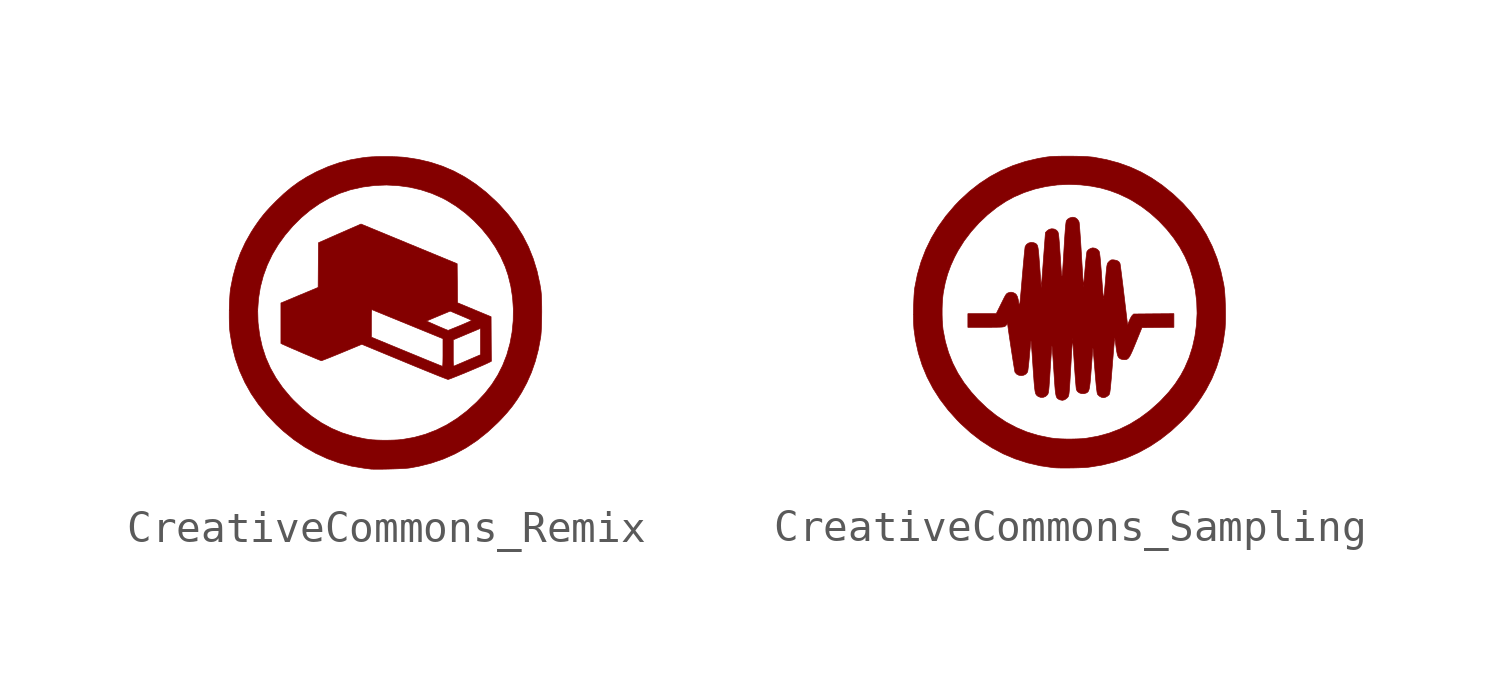
<source format=kicad_sym>
(kicad_symbol_lib
  (version 20211014)
  (generator kicad_symbol_editor)
  (symbol "CreativeCommons_Remix"
    (pin_names
      (offset 1.016))
    (property "Reference" "G"
      (at 0 4.365 0)
      (effects (font (size 1.27 1.27)) hide))
    (symbol "CreativeCommons_Remix_0_0"
      (polyline (pts (xy 2.007 -2.124) (xy 2.047 -2.111) (xy 2.114 -2.086) (xy 2.202 -2.051) (xy 2.308 -2.009) (xy 2.427 -1.961) (xy 2.554 -1.909) (xy 2.685 -1.854) (xy 2.816 -1.799) (xy 2.94 -1.746) (xy 3.055 -1.697) (xy 3.156 -1.653) (xy 3.237 -1.616) (xy 3.296 -1.588) (xy 3.382 -1.545) (xy 3.377 -0.833) (xy 3.373 -0.121) (xy 2.836 0.102) (xy 2.3 0.325) (xy 2.295 0.949) (xy 2.289 1.573) (xy 0.753 2.207) (xy -0.784 2.842) (xy -1.033 2.733) (xy -1.076 2.714) (xy -1.18 2.669) (xy -1.304 2.614) (xy -1.44 2.555) (xy -1.579 2.494) (xy -1.713 2.435) (xy -2.144 2.245) (xy -2.15 1.531) (xy -2.155 0.816) (xy -2.75 0.567) (xy -3.345 0.318) (xy -3.345 -0.33) (xy -0.455 -0.33) (xy -0.455 -0.259) (xy -0.454 -0.131) (xy -0.452 -0.035) (xy -0.449 0.033) (xy -0.445 0.077) (xy -0.439 0.1) (xy -0.432 0.104) (xy -0.426 0.102) (xy -0.391 0.088) (xy -0.327 0.061) (xy -0.235 0.024) (xy -0.12 -0.023) (xy 0.016 -0.079) (xy 0.17 -0.142) (xy 0.34 -0.211) (xy 0.458 -0.259) (xy 1.307 -0.259) (xy 1.567 -0.149) (xy 1.601 -0.135) (xy 1.704 -0.092) (xy 1.802 -0.051) (xy 1.886 -0.016) (xy 1.947 0.009) (xy 2.067 0.059) (xy 2.401 -0.082) (xy 2.419 -0.09) (xy 2.521 -0.133) (xy 2.61 -0.171) (xy 2.681 -0.203) (xy 2.73 -0.225) (xy 2.75 -0.235) (xy 2.748 -0.238) (xy 2.721 -0.254) (xy 2.667 -0.281) (xy 2.59 -0.315) (xy 2.496 -0.356) (xy 2.389 -0.401) (xy 2.337 -0.422) (xy 2.232 -0.465) (xy 2.142 -0.501) (xy 2.07 -0.53) (xy 2.022 -0.55) (xy 2.002 -0.557) (xy 2 -0.557) (xy 1.974 -0.547) (xy 1.92 -0.526) (xy 1.844 -0.494) (xy 1.752 -0.455) (xy 1.649 -0.41) (xy 1.307 -0.259) (xy 0.458 -0.259) (xy 0.522 -0.285) (xy 0.714 -0.364) (xy 1.836 -0.823) (xy 1.836 -0.859) (xy 2.164 -0.859) (xy 2.414 -0.754) (xy 2.424 -0.75) (xy 2.534 -0.703) (xy 2.651 -0.654) (xy 2.76 -0.608) (xy 2.85 -0.571) (xy 3.036 -0.492) (xy 3.036 -1.336) (xy 2.634 -1.509) (xy 2.559 -1.541) (xy 2.45 -1.588) (xy 2.355 -1.628) (xy 2.277 -1.661) (xy 2.223 -1.684) (xy 2.198 -1.695) (xy 2.197 -1.695) (xy 2.187 -1.697) (xy 2.178 -1.693) (xy 2.172 -1.677) (xy 2.168 -1.646) (xy 2.166 -1.595) (xy 2.164 -1.521) (xy 2.164 -1.418) (xy 2.164 -1.284) (xy 2.164 -0.859) (xy 1.836 -0.859) (xy 1.836 -1.266) (xy 1.836 -1.357) (xy 1.835 -1.471) (xy 1.833 -1.567) (xy 1.83 -1.643) (xy 1.826 -1.691) (xy 1.823 -1.709) (xy 1.817 -1.707) (xy 1.782 -1.693) (xy 1.717 -1.667) (xy 1.626 -1.63) (xy 1.511 -1.583) (xy 1.375 -1.528) (xy 1.221 -1.465) (xy 1.052 -1.395) (xy 0.869 -1.32) (xy 0.677 -1.241) (xy -0.455 -0.774) (xy -0.455 -0.33) (xy -3.345 -0.33) (xy -3.345 -0.975) (xy -3.286 -1.003) (xy -3.271 -1.01) (xy -3.204 -1.04) (xy -3.117 -1.079) (xy -3.012 -1.125) (xy -2.896 -1.175) (xy -2.772 -1.228) (xy -2.645 -1.283) (xy -2.519 -1.336) (xy -2.4 -1.386) (xy -2.291 -1.432) (xy -2.197 -1.471) (xy -2.123 -1.501) (xy -2.073 -1.52) (xy -2.052 -1.527) (xy -2.051 -1.527) (xy -2.026 -1.519) (xy -1.97 -1.498) (xy -1.89 -1.467) (xy -1.788 -1.427) (xy -1.668 -1.378) (xy -1.535 -1.324) (xy -1.391 -1.265) (xy -0.758 -1.002) (xy 0.598 -1.563) (xy 0.685 -1.599) (xy 0.893 -1.685) (xy 1.091 -1.766) (xy 1.276 -1.842) (xy 1.446 -1.911) (xy 1.598 -1.972) (xy 1.73 -2.025) (xy 1.838 -2.067) (xy 1.921 -2.099) (xy 1.975 -2.119) (xy 1.998 -2.126) (xy 2.007 -2.124)) (stroke (width 0.01) (type default) (color 0 0 0 0)) (fill (type outline)))
      (polyline (pts (xy -0.173 -4.996) (xy -0.043 -4.994) (xy 0.096 -4.991) (xy 0.236 -4.987) (xy 0.373 -4.982) (xy 0.499 -4.976) (xy 0.61 -4.97) (xy 0.699 -4.964) (xy 0.76 -4.957) (xy 1.062 -4.902) (xy 1.468 -4.799) (xy 1.856 -4.666) (xy 2.228 -4.5) (xy 2.586 -4.303) (xy 2.93 -4.073) (xy 3.262 -3.808) (xy 3.583 -3.51) (xy 3.7 -3.39) (xy 3.89 -3.182) (xy 4.057 -2.977) (xy 4.207 -2.766) (xy 4.348 -2.543) (xy 4.513 -2.238) (xy 4.662 -1.903) (xy 4.785 -1.551) (xy 4.883 -1.179) (xy 4.958 -0.782) (xy 4.967 -0.708) (xy 4.976 -0.593) (xy 4.983 -0.454) (xy 4.988 -0.297) (xy 4.991 -0.13) (xy 4.993 0.04) (xy 4.992 0.208) (xy 4.989 0.367) (xy 4.984 0.509) (xy 4.977 0.628) (xy 4.967 0.718) (xy 4.934 0.923) (xy 4.843 1.338) (xy 4.721 1.734) (xy 4.57 2.11) (xy 4.387 2.468) (xy 4.173 2.81) (xy 3.927 3.137) (xy 3.648 3.45) (xy 3.536 3.563) (xy 3.217 3.856) (xy 2.889 4.113) (xy 2.549 4.337) (xy 2.197 4.528) (xy 1.831 4.686) (xy 1.449 4.812) (xy 1.052 4.907) (xy 0.636 4.972) (xy 0.519 4.982) (xy 0.372 4.991) (xy 0.207 4.996) (xy 0.034 4.999) (xy -0.138 4.999) (xy -0.301 4.996) (xy -0.446 4.99) (xy -0.564 4.981) (xy -0.75 4.959) (xy -1.123 4.894) (xy -1.479 4.802) (xy -1.827 4.681) (xy -2.173 4.529) (xy -2.238 4.497) (xy -2.514 4.349) (xy -2.771 4.188) (xy -3.016 4.009) (xy -3.257 3.806) (xy -3.501 3.574) (xy -3.57 3.504) (xy -3.7 3.37) (xy -3.812 3.248) (xy -3.911 3.131) (xy -4.005 3.01) (xy -4.099 2.88) (xy -4.201 2.731) (xy -4.293 2.588) (xy -4.482 2.254) (xy -4.641 1.91) (xy -4.772 1.551) (xy -4.876 1.173) (xy -4.956 0.771) (xy -4.961 0.735) (xy -4.972 0.627) (xy -4.981 0.494) (xy -4.989 0.342) (xy -4.994 0.179) (xy -4.996 0.087) (xy -4.088 0.087) (xy -4.062 0.459) (xy -4.003 0.827) (xy -3.909 1.185) (xy -3.781 1.534) (xy -3.621 1.869) (xy -3.429 2.189) (xy -3.215 2.484) (xy -2.964 2.779) (xy -2.695 3.047) (xy -2.408 3.287) (xy -2.107 3.497) (xy -1.793 3.676) (xy -1.468 3.822) (xy -1.135 3.934) (xy -1.09 3.946) (xy -0.722 4.027) (xy -0.348 4.075) (xy 0.027 4.09) (xy 0.4 4.071) (xy 0.768 4.021) (xy 1.128 3.938) (xy 1.476 3.824) (xy 1.809 3.677) (xy 1.956 3.6) (xy 2.26 3.412) (xy 2.55 3.195) (xy 2.823 2.952) (xy 3.077 2.687) (xy 3.307 2.404) (xy 3.51 2.106) (xy 3.684 1.797) (xy 3.826 1.479) (xy 3.919 1.205) (xy 4.005 0.855) (xy 4.061 0.494) (xy 4.086 0.125) (xy 4.081 -0.246) (xy 4.045 -0.615) (xy 3.978 -0.977) (xy 3.88 -1.327) (xy 3.872 -1.352) (xy 3.744 -1.678) (xy 3.588 -1.987) (xy 3.401 -2.282) (xy 3.181 -2.564) (xy 2.928 -2.836) (xy 2.894 -2.869) (xy 2.593 -3.14) (xy 2.281 -3.376) (xy 1.957 -3.578) (xy 1.621 -3.745) (xy 1.274 -3.879) (xy 0.913 -3.979) (xy 0.54 -4.045) (xy 0.52 -4.047) (xy 0.39 -4.059) (xy 0.237 -4.066) (xy 0.07 -4.07) (xy -0.1 -4.07) (xy -0.264 -4.065) (xy -0.411 -4.057) (xy -0.531 -4.045) (xy -0.668 -4.024) (xy -1.036 -3.945) (xy -1.388 -3.834) (xy -1.724 -3.692) (xy -2.048 -3.516) (xy -2.358 -3.307) (xy -2.658 -3.064) (xy -2.947 -2.786) (xy -3.042 -2.685) (xy -3.29 -2.389) (xy -3.503 -2.081) (xy -3.683 -1.761) (xy -3.83 -1.428) (xy -3.943 -1.08) (xy -4.024 -0.717) (xy -4.074 -0.336) (xy -4.078 -0.288) (xy -4.088 0.087) (xy -4.996 0.087) (xy -4.997 0.013) (xy -4.997 -0.149) (xy -4.995 -0.301) (xy -4.99 -0.433) (xy -4.983 -0.54) (xy -4.97 -0.65) (xy -4.902 -1.064) (xy -4.801 -1.463) (xy -4.666 -1.849) (xy -4.498 -2.22) (xy -4.297 -2.579) (xy -4.061 -2.923) (xy -3.792 -3.255) (xy -3.489 -3.574) (xy -3.262 -3.784) (xy -2.93 -4.051) (xy -2.585 -4.286) (xy -2.228 -4.489) (xy -1.859 -4.659) (xy -1.481 -4.795) (xy -1.094 -4.896) (xy -0.7 -4.962) (xy -0.669 -4.966) (xy -0.592 -4.976) (xy -0.529 -4.984) (xy -0.491 -4.989) (xy -0.458 -4.993) (xy -0.387 -4.995) (xy -0.29 -4.996) (xy -0.173 -4.996)) (stroke (width 0.01) (type default) (color 0 0 0 0)) (fill (type outline)))))
  (symbol "CreativeCommons_Sampling"
    (pin_names
      (offset 1.016))
    (property "Reference" "G"
      (at 0 4.365 0)
      (effects (font (size 1.27 1.27)) hide))
    (symbol "CreativeCommons_Sampling_0_0"
      (polyline (pts (xy -0.01 -4.997) (xy 0.138 -4.995) (xy 0.281 -4.991) (xy 0.412 -4.986) (xy 0.524 -4.98) (xy 0.609 -4.973) (xy 0.61 -4.973) (xy 1.03 -4.906) (xy 1.437 -4.806) (xy 1.83 -4.673) (xy 2.209 -4.506) (xy 2.575 -4.305) (xy 2.927 -4.071) (xy 3.266 -3.803) (xy 3.591 -3.5) (xy 3.603 -3.489) (xy 3.751 -3.336) (xy 3.879 -3.194) (xy 3.995 -3.052) (xy 4.109 -2.9) (xy 4.228 -2.727) (xy 4.374 -2.493) (xy 4.559 -2.141) (xy 4.711 -1.772) (xy 4.833 -1.385) (xy 4.923 -0.981) (xy 4.983 -0.557) (xy 4.987 -0.503) (xy 4.993 -0.381) (xy 4.997 -0.235) (xy 4.998 -0.074) (xy 4.996 0.094) (xy 4.992 0.264) (xy 4.986 0.427) (xy 4.977 0.575) (xy 4.967 0.702) (xy 4.955 0.8) (xy 4.94 0.892) (xy 4.848 1.315) (xy 4.725 1.721) (xy 4.569 2.11) (xy 4.383 2.48) (xy 4.164 2.833) (xy 3.915 3.166) (xy 3.634 3.482) (xy 3.322 3.778) (xy 2.98 4.055) (xy 2.948 4.078) (xy 2.625 4.297) (xy 2.291 4.485) (xy 1.943 4.644) (xy 1.578 4.775) (xy 1.192 4.879) (xy 0.782 4.957) (xy 0.708 4.966) (xy 0.593 4.976) (xy 0.454 4.983) (xy 0.297 4.988) (xy 0.131 4.991) (xy -0.04 4.992) (xy -0.208 4.992) (xy -0.367 4.989) (xy -0.509 4.984) (xy -0.628 4.977) (xy -0.718 4.967) (xy -1.001 4.919) (xy -1.413 4.822) (xy -1.805 4.693) (xy -2.179 4.534) (xy -2.537 4.342) (xy -2.878 4.119) (xy -3.205 3.863) (xy -3.519 3.573) (xy -3.675 3.41) (xy -3.957 3.079) (xy -4.206 2.733) (xy -4.423 2.371) (xy -4.606 1.995) (xy -4.756 1.604) (xy -4.873 1.2) (xy -4.956 0.782) (xy -4.96 0.757) (xy -4.971 0.648) (xy -4.981 0.513) (xy -4.988 0.358) (xy -4.994 0.193) (xy -4.997 0.023) (xy -4.997 -0.086) (xy -4.081 -0.086) (xy -4.081 0.099) (xy -4.075 0.279) (xy -4.064 0.443) (xy -4.048 0.582) (xy -4.038 0.647) (xy -3.98 0.941) (xy -3.904 1.215) (xy -3.806 1.483) (xy -3.682 1.757) (xy -3.571 1.966) (xy -3.376 2.277) (xy -3.151 2.574) (xy -2.901 2.853) (xy -2.629 3.111) (xy -2.34 3.344) (xy -2.037 3.546) (xy -1.777 3.688) (xy -1.45 3.829) (xy -1.107 3.941) (xy -0.751 4.022) (xy -0.387 4.072) (xy -0.017 4.089) (xy 0.354 4.074) (xy 0.363 4.073) (xy 0.691 4.034) (xy 0.996 3.975) (xy 1.285 3.893) (xy 1.567 3.788) (xy 1.85 3.656) (xy 2.009 3.57) (xy 2.311 3.378) (xy 2.598 3.159) (xy 2.867 2.916) (xy 3.115 2.652) (xy 3.339 2.371) (xy 3.536 2.076) (xy 3.702 1.77) (xy 3.836 1.457) (xy 3.852 1.411) (xy 3.958 1.06) (xy 4.032 0.699) (xy 4.076 0.331) (xy 4.088 -0.039) (xy 4.069 -0.408) (xy 4.02 -0.771) (xy 3.941 -1.126) (xy 3.831 -1.468) (xy 3.691 -1.793) (xy 3.566 -2.026) (xy 3.386 -2.303) (xy 3.178 -2.568) (xy 2.937 -2.827) (xy 2.865 -2.898) (xy 2.567 -3.163) (xy 2.259 -3.393) (xy 1.94 -3.59) (xy 1.61 -3.752) (xy 1.268 -3.882) (xy 0.911 -3.979) (xy 0.539 -4.045) (xy 0.52 -4.047) (xy 0.391 -4.059) (xy 0.237 -4.066) (xy 0.071 -4.07) (xy -0.099 -4.07) (xy -0.263 -4.065) (xy -0.41 -4.057) (xy -0.531 -4.045) (xy -0.635 -4.029) (xy -1.008 -3.952) (xy -1.365 -3.843) (xy -1.706 -3.7) (xy -2.034 -3.525) (xy -2.348 -3.316) (xy -2.648 -3.074) (xy -2.937 -2.797) (xy -3.148 -2.562) (xy -3.38 -2.264) (xy -3.577 -1.956) (xy -3.741 -1.636) (xy -3.874 -1.301) (xy -3.976 -0.951) (xy -4.048 -0.582) (xy -4.05 -0.573) (xy -4.065 -0.432) (xy -4.076 -0.267) (xy -4.081 -0.086) (xy -4.997 -0.086) (xy -4.997 -0.142) (xy -4.995 -0.296) (xy -4.99 -0.432) (xy -4.983 -0.54) (xy -4.932 -0.909) (xy -4.842 -1.314) (xy -4.719 -1.706) (xy -4.562 -2.084) (xy -4.371 -2.449) (xy -4.146 -2.801) (xy -3.887 -3.141) (xy -3.594 -3.467) (xy -3.494 -3.569) (xy -3.171 -3.863) (xy -2.834 -4.124) (xy -2.483 -4.351) (xy -2.118 -4.545) (xy -1.738 -4.705) (xy -1.343 -4.832) (xy -0.933 -4.927) (xy -0.509 -4.988) (xy -0.488 -4.989) (xy -0.4 -4.994) (xy -0.286 -4.997) (xy -0.153 -4.998) (xy -0.01 -4.997)) (stroke (width 0.01) (type default) (color 0 0 0 0)) (fill (type outline)))
      (polyline (pts (xy -0.151 -2.81) (xy -0.079 -2.756) (xy -0.073 -2.749) (xy -0.059 -2.735) (xy -0.047 -2.72) (xy -0.037 -2.703) (xy -0.029 -2.679) (xy -0.021 -2.646) (xy -0.014 -2.601) (xy -0.008 -2.541) (xy -0.001 -2.462) (xy 0.006 -2.362) (xy 0.014 -2.238) (xy 0.023 -2.087) (xy 0.033 -1.906) (xy 0.046 -1.691) (xy 0.053 -1.569) (xy 0.062 -1.407) (xy 0.071 -1.258) (xy 0.079 -1.126) (xy 0.085 -1.015) (xy 0.09 -0.928) (xy 0.094 -0.871) (xy 0.096 -0.845) (xy 0.097 -0.851) (xy 0.101 -0.887) (xy 0.106 -0.953) (xy 0.113 -1.047) (xy 0.121 -1.163) (xy 0.131 -1.3) (xy 0.141 -1.452) (xy 0.152 -1.618) (xy 0.159 -1.737) (xy 0.171 -1.901) (xy 0.182 -2.053) (xy 0.192 -2.188) (xy 0.202 -2.304) (xy 0.21 -2.394) (xy 0.217 -2.457) (xy 0.222 -2.488) (xy 0.253 -2.543) (xy 0.311 -2.589) (xy 0.385 -2.614) (xy 0.466 -2.616) (xy 0.544 -2.592) (xy 0.551 -2.588) (xy 0.575 -2.572) (xy 0.595 -2.552) (xy 0.612 -2.524) (xy 0.626 -2.483) (xy 0.639 -2.428) (xy 0.65 -2.354) (xy 0.662 -2.258) (xy 0.673 -2.136) (xy 0.685 -1.985) (xy 0.699 -1.801) (xy 0.71 -1.663) (xy 0.72 -1.524) (xy 0.73 -1.402) (xy 0.738 -1.299) (xy 0.745 -1.22) (xy 0.749 -1.17) (xy 0.752 -1.151) (xy 0.752 -1.153) (xy 0.755 -1.18) (xy 0.761 -1.238) (xy 0.768 -1.324) (xy 0.778 -1.433) (xy 0.789 -1.562) (xy 0.801 -1.707) (xy 0.814 -1.864) (xy 0.827 -2.027) (xy 0.843 -2.206) (xy 0.856 -2.351) (xy 0.869 -2.465) (xy 0.88 -2.549) (xy 0.889 -2.604) (xy 0.898 -2.633) (xy 0.91 -2.651) (xy 0.96 -2.697) (xy 1.025 -2.732) (xy 1.09 -2.745) (xy 1.14 -2.736) (xy 1.205 -2.704) (xy 1.26 -2.659) (xy 1.263 -2.655) (xy 1.272 -2.643) (xy 1.279 -2.626) (xy 1.287 -2.601) (xy 1.294 -2.566) (xy 1.301 -2.518) (xy 1.309 -2.454) (xy 1.317 -2.371) (xy 1.327 -2.266) (xy 1.339 -2.136) (xy 1.351 -1.978) (xy 1.367 -1.79) (xy 1.384 -1.569) (xy 1.391 -1.491) (xy 1.403 -1.336) (xy 1.415 -1.195) (xy 1.426 -1.071) (xy 1.435 -0.968) (xy 1.442 -0.89) (xy 1.447 -0.842) (xy 1.45 -0.825) (xy 1.451 -0.832) (xy 1.458 -0.869) (xy 1.467 -0.932) (xy 1.478 -1.014) (xy 1.491 -1.111) (xy 1.496 -1.151) (xy 1.513 -1.264) (xy 1.53 -1.348) (xy 1.548 -1.408) (xy 1.571 -1.451) (xy 1.601 -1.481) (xy 1.638 -1.504) (xy 1.647 -1.508) (xy 1.699 -1.521) (xy 1.759 -1.527) (xy 1.767 -1.527) (xy 1.806 -1.524) (xy 1.84 -1.514) (xy 1.872 -1.494) (xy 1.903 -1.459) (xy 1.936 -1.408) (xy 1.973 -1.336) (xy 2.017 -1.24) (xy 2.069 -1.117) (xy 2.132 -0.964) (xy 2.321 -0.5) (xy 2.833 -0.495) (xy 3.345 -0.49) (xy 3.345 -0.053) (xy 2.7 -0.058) (xy 2.055 -0.064) (xy 2.011 -0.109) (xy 2.008 -0.111) (xy 1.979 -0.153) (xy 1.945 -0.216) (xy 1.914 -0.286) (xy 1.862 -0.418) (xy 1.747 0.55) (xy 1.736 0.638) (xy 1.715 0.818) (xy 1.694 0.987) (xy 1.675 1.14) (xy 1.658 1.274) (xy 1.643 1.386) (xy 1.631 1.473) (xy 1.623 1.53) (xy 1.618 1.555) (xy 1.584 1.609) (xy 1.52 1.65) (xy 1.427 1.669) (xy 1.381 1.672) (xy 1.338 1.668) (xy 1.305 1.651) (xy 1.267 1.616) (xy 1.252 1.601) (xy 1.237 1.584) (xy 1.224 1.566) (xy 1.214 1.542) (xy 1.205 1.509) (xy 1.196 1.462) (xy 1.188 1.398) (xy 1.179 1.313) (xy 1.169 1.204) (xy 1.157 1.066) (xy 1.143 0.895) (xy 1.132 0.773) (xy 1.121 0.658) (xy 1.111 0.56) (xy 1.102 0.484) (xy 1.096 0.436) (xy 1.091 0.418) (xy 1.09 0.421) (xy 1.086 0.451) (xy 1.08 0.512) (xy 1.072 0.601) (xy 1.062 0.713) (xy 1.052 0.844) (xy 1.041 0.991) (xy 1.029 1.15) (xy 1.019 1.298) (xy 1.004 1.485) (xy 0.992 1.638) (xy 0.98 1.759) (xy 0.969 1.848) (xy 0.96 1.908) (xy 0.951 1.94) (xy 0.946 1.95) (xy 0.897 2.003) (xy 0.829 2.041) (xy 0.752 2.054) (xy 0.731 2.053) (xy 0.665 2.031) (xy 0.604 1.991) (xy 0.563 1.944) (xy 0.561 1.941) (xy 0.554 1.905) (xy 0.545 1.84) (xy 0.534 1.749) (xy 0.522 1.638) (xy 0.51 1.512) (xy 0.498 1.375) (xy 0.495 1.341) (xy 0.484 1.207) (xy 0.474 1.086) (xy 0.465 0.981) (xy 0.457 0.899) (xy 0.452 0.843) (xy 0.45 0.818) (xy 0.448 0.823) (xy 0.445 0.859) (xy 0.44 0.925) (xy 0.434 1.02) (xy 0.426 1.139) (xy 0.417 1.28) (xy 0.407 1.439) (xy 0.396 1.613) (xy 0.385 1.8) (xy 0.378 1.915) (xy 0.367 2.1) (xy 0.356 2.273) (xy 0.345 2.432) (xy 0.335 2.572) (xy 0.326 2.69) (xy 0.319 2.783) (xy 0.312 2.846) (xy 0.308 2.876) (xy 0.296 2.909) (xy 0.25 2.974) (xy 0.186 3.02) (xy 0.115 3.036) (xy 0.088 3.035) (xy 0.008 3.014) (xy -0.059 2.974) (xy -0.101 2.92) (xy -0.104 2.909) (xy -0.113 2.857) (xy -0.123 2.771) (xy -0.134 2.648) (xy -0.146 2.489) (xy -0.159 2.295) (xy -0.173 2.064) (xy -0.186 1.841) (xy -0.198 1.643) (xy -0.209 1.479) (xy -0.217 1.349) (xy -0.225 1.253) (xy -0.232 1.19) (xy -0.239 1.159) (xy -0.245 1.159) (xy -0.251 1.19) (xy -0.258 1.25) (xy -0.266 1.34) (xy -0.274 1.459) (xy -0.284 1.605) (xy -0.295 1.779) (xy -0.308 1.963) (xy -0.318 2.117) (xy -0.327 2.242) (xy -0.336 2.341) (xy -0.343 2.417) (xy -0.35 2.474) (xy -0.357 2.516) (xy -0.364 2.546) (xy -0.373 2.566) (xy -0.382 2.582) (xy -0.421 2.623) (xy -0.492 2.659) (xy -0.572 2.667) (xy -0.65 2.648) (xy -0.718 2.6) (xy -0.77 2.546) (xy -0.838 1.641) (xy -0.841 1.596) (xy -0.854 1.423) (xy -0.866 1.265) (xy -0.877 1.123) (xy -0.887 1.001) (xy -0.895 0.903) (xy -0.901 0.832) (xy -0.905 0.79) (xy -0.907 0.782) (xy -0.908 0.803) (xy -0.912 0.858) (xy -0.918 0.941) (xy -0.925 1.047) (xy -0.934 1.173) (xy -0.944 1.313) (xy -0.955 1.463) (xy -0.964 1.59) (xy -0.976 1.745) (xy -0.986 1.869) (xy -0.996 1.967) (xy -1.006 2.042) (xy -1.018 2.098) (xy -1.032 2.138) (xy -1.048 2.165) (xy -1.069 2.185) (xy -1.093 2.199) (xy -1.123 2.212) (xy -1.145 2.22) (xy -1.229 2.23) (xy -1.309 2.21) (xy -1.375 2.165) (xy -1.419 2.098) (xy -1.419 2.097) (xy -1.424 2.07) (xy -1.431 2.01) (xy -1.44 1.922) (xy -1.452 1.809) (xy -1.464 1.674) (xy -1.478 1.522) (xy -1.493 1.356) (xy -1.508 1.179) (xy -1.513 1.125) (xy -1.531 0.91) (xy -1.546 0.73) (xy -1.56 0.581) (xy -1.571 0.46) (xy -1.58 0.367) (xy -1.588 0.299) (xy -1.595 0.253) (xy -1.601 0.227) (xy -1.607 0.22) (xy -1.612 0.228) (xy -1.618 0.25) (xy -1.624 0.284) (xy -1.631 0.327) (xy -1.645 0.405) (xy -1.669 0.491) (xy -1.7 0.551) (xy -1.741 0.591) (xy -1.796 0.618) (xy -1.797 0.618) (xy -1.851 0.633) (xy -1.895 0.633) (xy -1.95 0.618) (xy -1.967 0.612) (xy -1.991 0.601) (xy -2.012 0.585) (xy -2.034 0.559) (xy -2.059 0.519) (xy -2.091 0.461) (xy -2.132 0.378) (xy -2.187 0.268) (xy -2.347 -0.054) (xy -3.255 -0.054) (xy -3.255 -0.491) (xy -2.677 -0.49) (xy -2.657 -0.49) (xy -2.497 -0.49) (xy -2.369 -0.489) (xy -2.269 -0.487) (xy -2.193 -0.484) (xy -2.136 -0.479) (xy -2.096 -0.47) (xy -2.067 -0.459) (xy -2.047 -0.444) (xy -2.03 -0.425) (xy -2.013 -0.4) (xy -2.011 -0.398) (xy -1.99 -0.374) (xy -1.982 -0.374) (xy -1.981 -0.384) (xy -1.976 -0.428) (xy -1.967 -0.5) (xy -1.954 -0.596) (xy -1.937 -0.711) (xy -1.918 -0.841) (xy -1.897 -0.981) (xy -1.875 -1.126) (xy -1.853 -1.272) (xy -1.831 -1.413) (xy -1.81 -1.547) (xy -1.791 -1.667) (xy -1.774 -1.77) (xy -1.761 -1.851) (xy -1.751 -1.905) (xy -1.746 -1.927) (xy -1.744 -1.931) (xy -1.692 -1.99) (xy -1.622 -2.026) (xy -1.543 -2.037) (xy -1.465 -2.024) (xy -1.396 -1.987) (xy -1.345 -1.925) (xy -1.338 -1.901) (xy -1.329 -1.844) (xy -1.319 -1.761) (xy -1.307 -1.657) (xy -1.295 -1.538) (xy -1.283 -1.407) (xy -1.272 -1.281) (xy -1.26 -1.165) (xy -1.251 -1.065) (xy -1.242 -0.988) (xy -1.236 -0.937) (xy -1.233 -0.918) (xy -1.232 -0.922) (xy -1.228 -0.955) (xy -1.222 -1.019) (xy -1.215 -1.11) (xy -1.206 -1.224) (xy -1.196 -1.358) (xy -1.186 -1.507) (xy -1.175 -1.669) (xy -1.171 -1.732) (xy -1.157 -1.932) (xy -1.145 -2.099) (xy -1.135 -2.238) (xy -1.125 -2.35) (xy -1.116 -2.439) (xy -1.107 -2.508) (xy -1.098 -2.561) (xy -1.088 -2.6) (xy -1.077 -2.629) (xy -1.065 -2.65) (xy -1.051 -2.667) (xy -1 -2.708) (xy -0.922 -2.735) (xy -0.841 -2.734) (xy -0.766 -2.705) (xy -0.705 -2.649) (xy -0.7 -2.642) (xy -0.691 -2.625) (xy -0.683 -2.603) (xy -0.675 -2.574) (xy -0.669 -2.533) (xy -0.662 -2.476) (xy -0.655 -2.401) (xy -0.648 -2.303) (xy -0.639 -2.18) (xy -0.629 -2.027) (xy -0.618 -1.842) (xy -0.613 -1.766) (xy -0.603 -1.61) (xy -0.593 -1.466) (xy -0.584 -1.34) (xy -0.576 -1.235) (xy -0.57 -1.154) (xy -0.565 -1.102) (xy -0.562 -1.083) (xy -0.56 -1.09) (xy -0.556 -1.129) (xy -0.55 -1.198) (xy -0.542 -1.294) (xy -0.533 -1.412) (xy -0.523 -1.55) (xy -0.513 -1.703) (xy -0.502 -1.869) (xy -0.489 -2.07) (xy -0.478 -2.237) (xy -0.468 -2.375) (xy -0.459 -2.486) (xy -0.449 -2.574) (xy -0.438 -2.641) (xy -0.427 -2.692) (xy -0.413 -2.729) (xy -0.397 -2.756) (xy -0.377 -2.775) (xy -0.354 -2.79) (xy -0.327 -2.805) (xy -0.309 -2.813) (xy -0.228 -2.83) (xy -0.151 -2.81)) (stroke (width 0.01) (type default) (color 0 0 0 0)) (fill (type outline))))))
</source>
